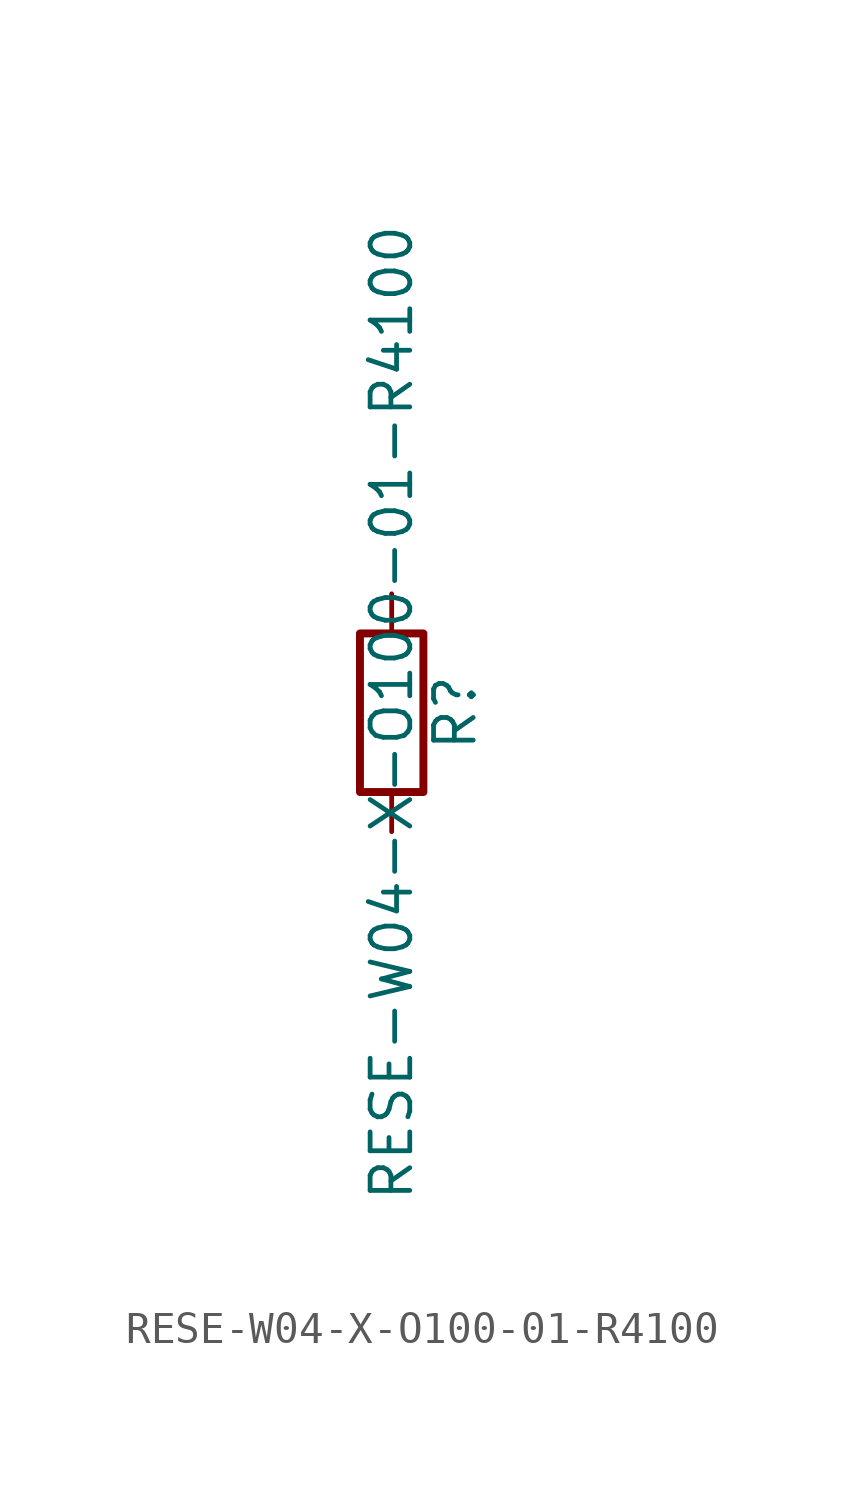
<source format=kicad_sym>
(kicad_symbol_lib
  (version 20211014)
  (generator kicad_symbol_editor)
  (symbol "RESE-W04-X-O100-01-R4100"
    (pin_numbers hide)
    (pin_names
      (offset 0))
    (property "Reference" "R"
      (at 2.032 0 90)
      (effects (font (size 1.27 1.27))))
    (property "Value" "RESE-W04-X-O100-01-R4100"
      (at 0 0 90)
      (effects (font (size 1.27 1.27))))
    (symbol "RESE-W04-X-O100-01-R4100_0_1"
      (rectangle (start -1.016 -2.54) (end 1.016 2.54) (stroke (width 0.254) (type default) (color 0 0 0 0)) (fill (type none))))
    (symbol "RESE-W04-X-O100-01-R4100_1_1"
      (pin passive line (at 0 3.81 270) (length 1.27) (name "~" (effects (font (size 1.27 1.27)))) (number "1" (effects (font (size 1.27 1.27)))))
      (pin passive line (at 0 -3.81 90) (length 1.27) (name "~" (effects (font (size 1.27 1.27)))) (number "2" (effects (font (size 1.27 1.27))))))))
</source>
